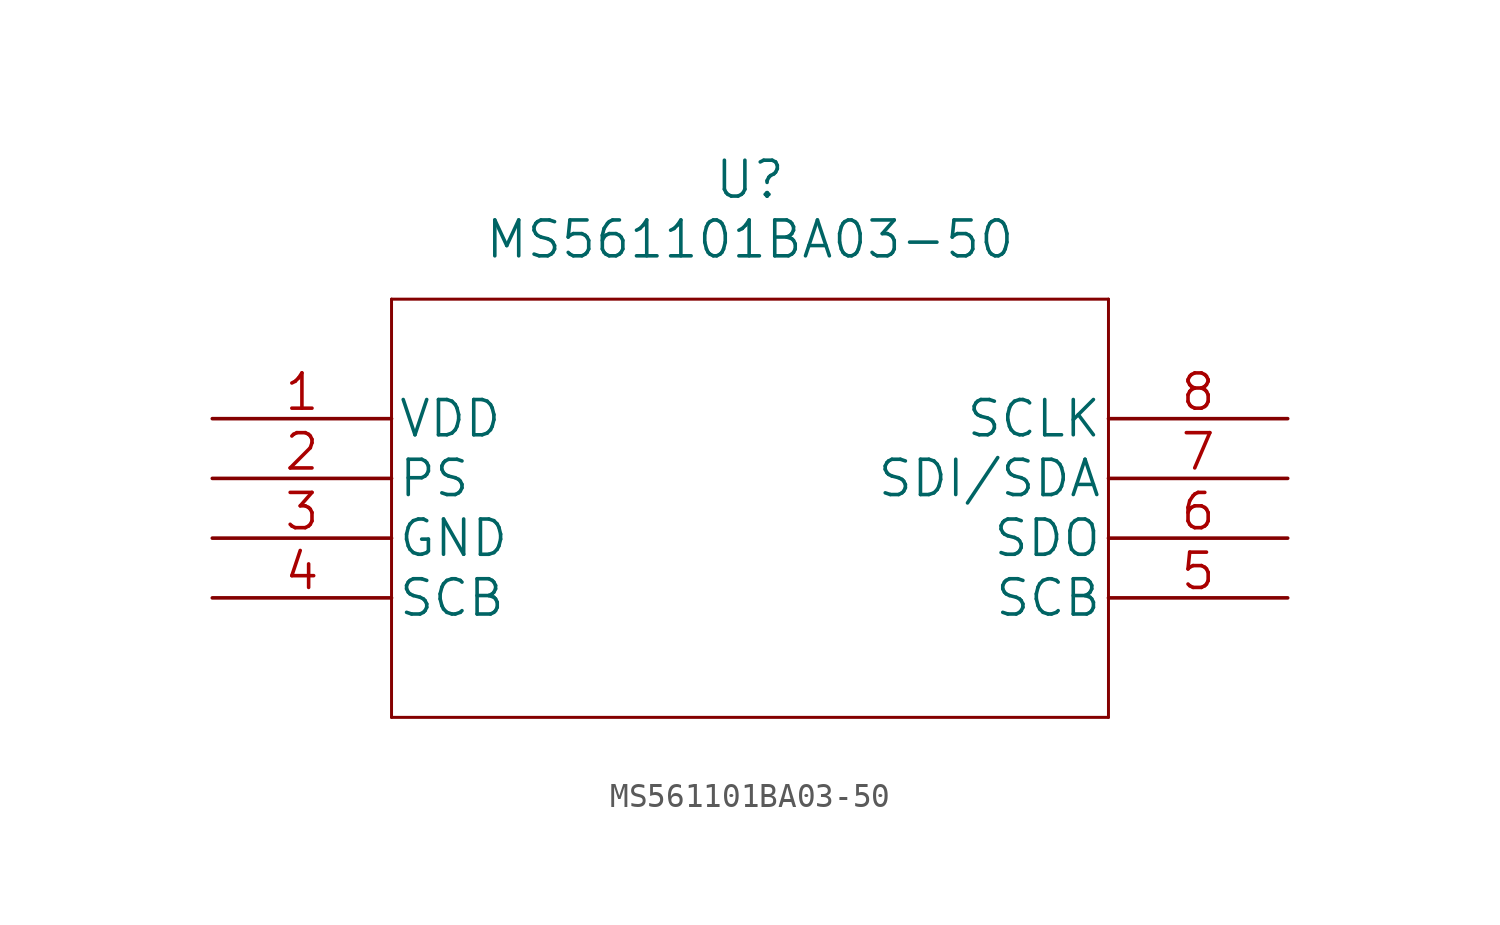
<source format=kicad_sym>
(kicad_symbol_lib
  (version 20211014)
  (generator kicad_symbol_editor)
  (symbol "MS561101BA03-50"
    (pin_names
      (offset 0.254))
    (property "Reference" "U"
      (at 0 15.24 0)
      (effects (font (size 1.524 1.524))))
    (property "Value" "MS561101BA03-50"
      (at 0 12.7 0)
      (effects (font (size 1.524 1.524))))
    (property "Datasheet" ""
      (at 0 0 0)
      (effects (font (size 1.524 1.524))))
    (property "ki_locked" ""
      (at 0 0 0)
      (effects (font (size 1.27 1.27))))
    (symbol "MS561101BA03-50_1_1"
      (polyline (pts (xy -15.24 -7.62) (xy 15.24 -7.62)) (stroke (width 0.127) (type default) (color 0 0 0 0)) (fill (type none)))
      (polyline (pts (xy -15.24 10.16) (xy -15.24 -7.62)) (stroke (width 0.127) (type default) (color 0 0 0 0)) (fill (type none)))
      (polyline (pts (xy 15.24 -7.62) (xy 15.24 10.16)) (stroke (width 0.127) (type default) (color 0 0 0 0)) (fill (type none)))
      (polyline (pts (xy 15.24 10.16) (xy -15.24 10.16)) (stroke (width 0.127) (type default) (color 0 0 0 0)) (fill (type none)))
      (pin power_in line (at -22.86 5.08 0) (length 7.62) (name "VDD" (effects (font (size 1.499 1.499)))) (number "1" (effects (font (size 1.499 1.499)))))
      (pin input line (at -22.86 2.54 0) (length 7.62) (name "PS" (effects (font (size 1.499 1.499)))) (number "2" (effects (font (size 1.499 1.499)))))
      (pin power_in line (at -22.86 0 0) (length 7.62) (name "GND" (effects (font (size 1.499 1.499)))) (number "3" (effects (font (size 1.499 1.499)))))
      (pin input line (at -22.86 -2.54 0) (length 7.62) (name "SCB" (effects (font (size 1.499 1.499)))) (number "4" (effects (font (size 1.499 1.499)))))
      (pin input line (at 22.86 -2.54 180) (length 7.62) (name "SCB" (effects (font (size 1.499 1.499)))) (number "5" (effects (font (size 1.499 1.499)))))
      (pin output line (at 22.86 0 180) (length 7.62) (name "SDO" (effects (font (size 1.499 1.499)))) (number "6" (effects (font (size 1.499 1.499)))))
      (pin bidirectional line (at 22.86 2.54 180) (length 7.62) (name "SDI/SDA" (effects (font (size 1.499 1.499)))) (number "7" (effects (font (size 1.499 1.499)))))
      (pin input line (at 22.86 5.08 180) (length 7.62) (name "SCLK" (effects (font (size 1.499 1.499)))) (number "8" (effects (font (size 1.499 1.499))))))))
</source>
